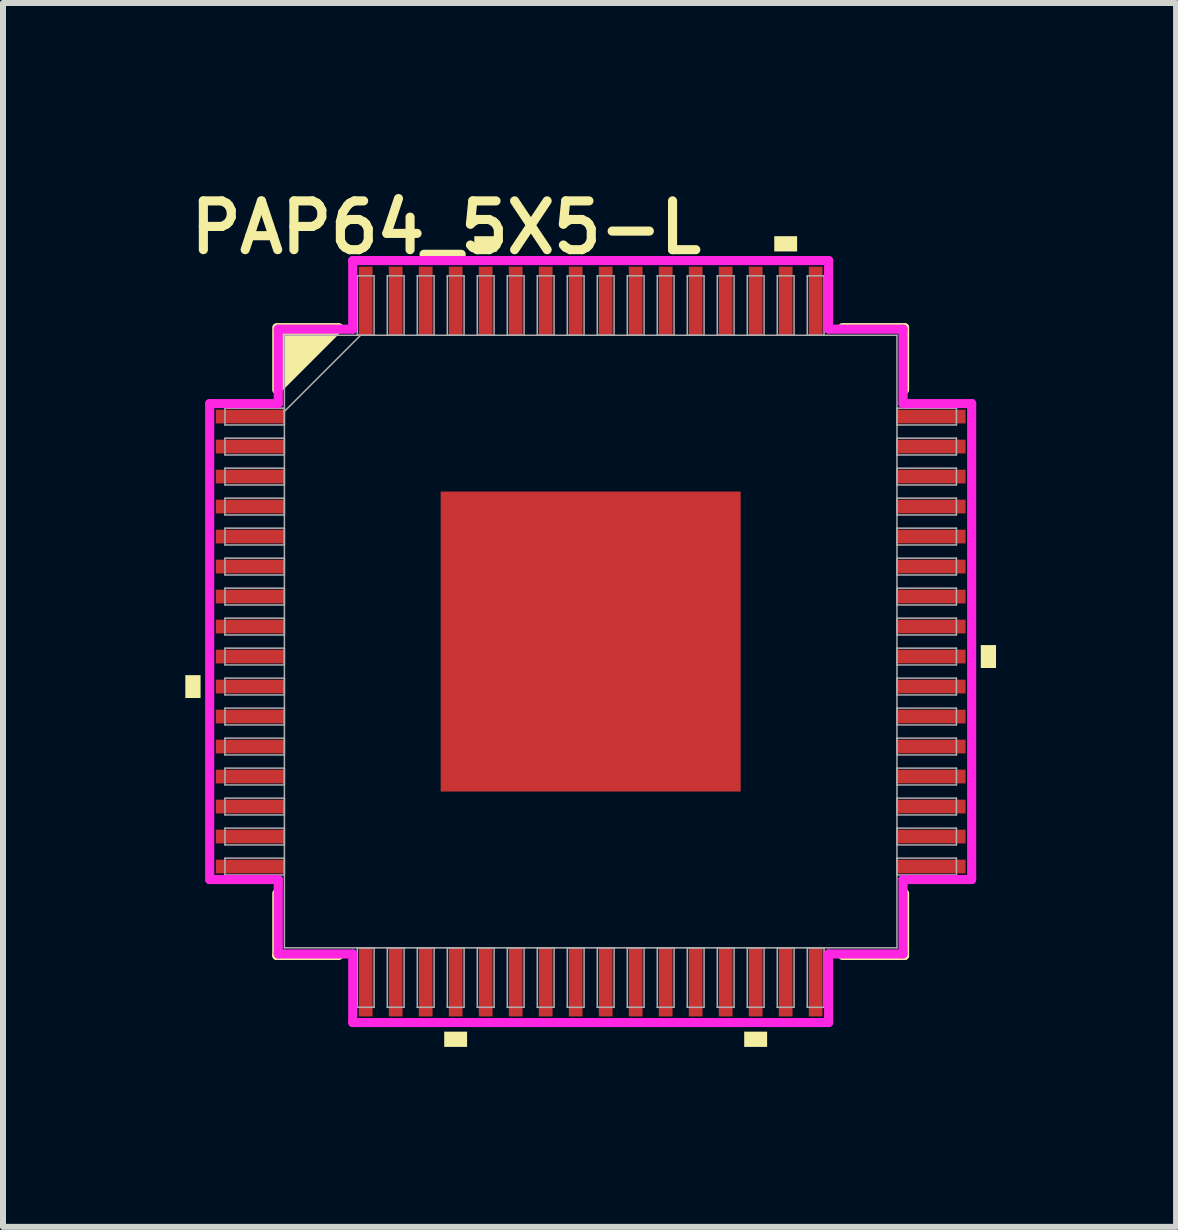
<source format=kicad_pcb>
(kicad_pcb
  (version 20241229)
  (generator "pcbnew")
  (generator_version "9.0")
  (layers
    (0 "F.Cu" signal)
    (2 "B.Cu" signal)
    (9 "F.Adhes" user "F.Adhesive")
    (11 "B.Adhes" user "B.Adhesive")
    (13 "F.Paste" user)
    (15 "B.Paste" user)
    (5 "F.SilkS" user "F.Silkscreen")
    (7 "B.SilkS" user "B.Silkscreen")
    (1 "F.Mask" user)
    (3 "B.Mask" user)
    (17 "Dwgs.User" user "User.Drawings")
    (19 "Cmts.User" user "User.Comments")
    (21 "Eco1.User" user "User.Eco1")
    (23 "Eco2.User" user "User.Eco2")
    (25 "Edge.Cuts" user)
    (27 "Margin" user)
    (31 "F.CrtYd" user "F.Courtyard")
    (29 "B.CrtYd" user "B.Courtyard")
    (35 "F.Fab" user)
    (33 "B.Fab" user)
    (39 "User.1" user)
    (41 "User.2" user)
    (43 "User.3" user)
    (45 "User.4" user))
  (footprint "PAP64_5X5-L"
    (layer "F.Cu")
    (at 6.795 7.643)
    (property "Reference" "PAP64_5X5-L" (at -2.41 -6.9 0) (unlocked yes) (layer "F.SilkS") (effects (font (size 0.813 0.813) (thickness 0.152) (bold yes))))
    (attr smd)
    (fp_line (start -5.232 4.197) (end -5.232 5.232) (stroke (width 0.152) (type solid)) (layer "F.SilkS"))
    (fp_line (start -5.232 5.232) (end -4.197 5.232) (stroke (width 0.152) (type solid)) (layer "F.SilkS"))
    (fp_line (start 4.197 5.232) (end 5.232 5.232) (stroke (width 0.152) (type solid)) (layer "F.SilkS"))
    (fp_line (start 5.232 -5.232) (end 4.197 -5.232) (stroke (width 0.152) (type solid)) (layer "F.SilkS"))
    (fp_line (start 5.232 -4.197) (end 5.232 -5.232) (stroke (width 0.152) (type solid)) (layer "F.SilkS"))
    (fp_line (start 5.232 5.232) (end 5.232 4.197) (stroke (width 0.152) (type solid)) (layer "F.SilkS"))
    (fp_poly (pts (xy -4.197 -5.232) (xy -5.232 -4.197) (xy -5.232 -5.232)) (stroke (width 0.152) (type solid)) (fill yes) (layer "F.SilkS"))
    (fp_poly (pts (xy -6.756 0.56) (xy -6.756 0.941) (xy -6.502 0.941) (xy -6.502 0.56)) (stroke (width 0) (type solid)) (fill yes) (layer "F.SilkS"))
    (fp_poly (pts (xy -2.441 6.502) (xy -2.441 6.756) (xy -2.06 6.756) (xy -2.06 6.502)) (stroke (width 0) (type solid)) (fill yes) (layer "F.SilkS"))
    (fp_poly (pts (xy -1.94 -6.502) (xy -1.94 -6.756) (xy -1.559 -6.756) (xy -1.559 -6.502)) (stroke (width 0) (type solid)) (fill yes) (layer "F.SilkS"))
    (fp_poly (pts (xy 2.559 6.502) (xy 2.559 6.756) (xy 2.941 6.756) (xy 2.941 6.502)) (stroke (width 0) (type solid)) (fill yes) (layer "F.SilkS"))
    (fp_poly (pts (xy 3.06 -6.502) (xy 3.06 -6.756) (xy 3.441 -6.756) (xy 3.441 -6.502)) (stroke (width 0) (type solid)) (fill yes) (layer "F.SilkS"))
    (fp_poly (pts (xy 6.756 0.059) (xy 6.756 0.441) (xy 6.502 0.441) (xy 6.502 0.059)) (stroke (width 0) (type solid)) (fill yes) (layer "F.SilkS"))
    (fp_line (start -6.35 -3.966) (end -5.207 -3.966) (stroke (width 0.152) (type solid)) (layer "F.CrtYd"))
    (fp_line (start -6.35 3.966) (end -6.35 -3.966) (stroke (width 0.152) (type solid)) (layer "F.CrtYd"))
    (fp_line (start -5.207 -5.207) (end -3.966 -5.207) (stroke (width 0.152) (type solid)) (layer "F.CrtYd"))
    (fp_line (start -5.207 -3.966) (end -5.207 -5.207) (stroke (width 0.152) (type solid)) (layer "F.CrtYd"))
    (fp_line (start -5.207 3.966) (end -6.35 3.966) (stroke (width 0.152) (type solid)) (layer "F.CrtYd"))
    (fp_line (start -5.207 5.207) (end -5.207 3.966) (stroke (width 0.152) (type solid)) (layer "F.CrtYd"))
    (fp_line (start -5.207 5.207) (end -3.966 5.207) (stroke (width 0.152) (type solid)) (layer "F.CrtYd"))
    (fp_line (start -3.966 -6.35) (end 3.966 -6.35) (stroke (width 0.152) (type solid)) (layer "F.CrtYd"))
    (fp_line (start -3.966 -5.207) (end -3.966 -6.35) (stroke (width 0.152) (type solid)) (layer "F.CrtYd"))
    (fp_line (start -3.966 5.207) (end -3.966 6.35) (stroke (width 0.152) (type solid)) (layer "F.CrtYd"))
    (fp_line (start -3.966 6.35) (end 3.966 6.35) (stroke (width 0.152) (type solid)) (layer "F.CrtYd"))
    (fp_line (start 3.966 -6.35) (end 3.966 -5.207) (stroke (width 0.152) (type solid)) (layer "F.CrtYd"))
    (fp_line (start 3.966 -5.207) (end 5.207 -5.207) (stroke (width 0.152) (type solid)) (layer "F.CrtYd"))
    (fp_line (start 3.966 5.207) (end 5.207 5.207) (stroke (width 0.152) (type solid)) (layer "F.CrtYd"))
    (fp_line (start 3.966 6.35) (end 3.966 5.207) (stroke (width 0.152) (type solid)) (layer "F.CrtYd"))
    (fp_line (start 5.207 -3.966) (end 5.207 -5.207) (stroke (width 0.152) (type solid)) (layer "F.CrtYd"))
    (fp_line (start 5.207 3.966) (end 6.35 3.966) (stroke (width 0.152) (type solid)) (layer "F.CrtYd"))
    (fp_line (start 5.207 5.207) (end 5.207 3.966) (stroke (width 0.152) (type solid)) (layer "F.CrtYd"))
    (fp_line (start 6.35 -3.966) (end 5.207 -3.966) (stroke (width 0.152) (type solid)) (layer "F.CrtYd"))
    (fp_line (start 6.35 3.966) (end 6.35 -3.966) (stroke (width 0.152) (type solid)) (layer "F.CrtYd"))
    (fp_line (start -6.096 -3.89) (end -6.096 -3.61) (stroke (width 0.025) (type solid)) (layer "F.Fab"))
    (fp_line (start -6.096 -3.61) (end -5.105 -3.61) (stroke (width 0.025) (type solid)) (layer "F.Fab"))
    (fp_line (start -6.096 -3.39) (end -6.096 -3.11) (stroke (width 0.025) (type solid)) (layer "F.Fab"))
    (fp_line (start -6.096 -3.11) (end -5.105 -3.11) (stroke (width 0.025) (type solid)) (layer "F.Fab"))
    (fp_line (start -6.096 -2.89) (end -6.096 -2.61) (stroke (width 0.025) (type solid)) (layer "F.Fab"))
    (fp_line (start -6.096 -2.61) (end -5.105 -2.61) (stroke (width 0.025) (type solid)) (layer "F.Fab"))
    (fp_line (start -6.096 -2.39) (end -6.096 -2.11) (stroke (width 0.025) (type solid)) (layer "F.Fab"))
    (fp_line (start -6.096 -2.11) (end -5.105 -2.11) (stroke (width 0.025) (type solid)) (layer "F.Fab"))
    (fp_line (start -6.096 -1.89) (end -6.096 -1.61) (stroke (width 0.025) (type solid)) (layer "F.Fab"))
    (fp_line (start -6.096 -1.61) (end -5.105 -1.61) (stroke (width 0.025) (type solid)) (layer "F.Fab"))
    (fp_line (start -6.096 -1.39) (end -6.096 -1.11) (stroke (width 0.025) (type solid)) (layer "F.Fab"))
    (fp_line (start -6.096 -1.11) (end -5.105 -1.11) (stroke (width 0.025) (type solid)) (layer "F.Fab"))
    (fp_line (start -6.096 -0.89) (end -6.096 -0.61) (stroke (width 0.025) (type solid)) (layer "F.Fab"))
    (fp_line (start -6.096 -0.61) (end -5.105 -0.61) (stroke (width 0.025) (type solid)) (layer "F.Fab"))
    (fp_line (start -6.096 -0.39) (end -6.096 -0.11) (stroke (width 0.025) (type solid)) (layer "F.Fab"))
    (fp_line (start -6.096 -0.11) (end -5.105 -0.11) (stroke (width 0.025) (type solid)) (layer "F.Fab"))
    (fp_line (start -6.096 0.11) (end -6.096 0.39) (stroke (width 0.025) (type solid)) (layer "F.Fab"))
    (fp_line (start -6.096 0.39) (end -5.105 0.39) (stroke (width 0.025) (type solid)) (layer "F.Fab"))
    (fp_line (start -6.096 0.61) (end -6.096 0.89) (stroke (width 0.025) (type solid)) (layer "F.Fab"))
    (fp_line (start -6.096 0.89) (end -5.105 0.89) (stroke (width 0.025) (type solid)) (layer "F.Fab"))
    (fp_line (start -6.096 1.11) (end -6.096 1.39) (stroke (width 0.025) (type solid)) (layer "F.Fab"))
    (fp_line (start -6.096 1.39) (end -5.105 1.39) (stroke (width 0.025) (type solid)) (layer "F.Fab"))
    (fp_line (start -6.096 1.61) (end -6.096 1.89) (stroke (width 0.025) (type solid)) (layer "F.Fab"))
    (fp_line (start -6.096 1.89) (end -5.105 1.89) (stroke (width 0.025) (type solid)) (layer "F.Fab"))
    (fp_line (start -6.096 2.11) (end -6.096 2.39) (stroke (width 0.025) (type solid)) (layer "F.Fab"))
    (fp_line (start -6.096 2.39) (end -5.105 2.39) (stroke (width 0.025) (type solid)) (layer "F.Fab"))
    (fp_line (start -6.096 2.61) (end -6.096 2.89) (stroke (width 0.025) (type solid)) (layer "F.Fab"))
    (fp_line (start -6.096 2.89) (end -5.105 2.89) (stroke (width 0.025) (type solid)) (layer "F.Fab"))
    (fp_line (start -6.096 3.11) (end -6.096 3.39) (stroke (width 0.025) (type solid)) (layer "F.Fab"))
    (fp_line (start -6.096 3.39) (end -5.105 3.39) (stroke (width 0.025) (type solid)) (layer "F.Fab"))
    (fp_line (start -6.096 3.61) (end -6.096 3.89) (stroke (width 0.025) (type solid)) (layer "F.Fab"))
    (fp_line (start -6.096 3.89) (end -5.105 3.89) (stroke (width 0.025) (type solid)) (layer "F.Fab"))
    (fp_line (start -5.105 -5.105) (end -5.105 5.105) (stroke (width 0.025) (type solid)) (layer "F.Fab"))
    (fp_line (start -5.105 -3.89) (end -6.096 -3.89) (stroke (width 0.025) (type solid)) (layer "F.Fab"))
    (fp_line (start -5.105 -3.835) (end -3.835 -5.105) (stroke (width 0.025) (type solid)) (layer "F.Fab"))
    (fp_line (start -5.105 -3.61) (end -5.105 -3.89) (stroke (width 0.025) (type solid)) (layer "F.Fab"))
    (fp_line (start -5.105 -3.39) (end -6.096 -3.39) (stroke (width 0.025) (type solid)) (layer "F.Fab"))
    (fp_line (start -5.105 -3.11) (end -5.105 -3.39) (stroke (width 0.025) (type solid)) (layer "F.Fab"))
    (fp_line (start -5.105 -2.89) (end -6.096 -2.89) (stroke (width 0.025) (type solid)) (layer "F.Fab"))
    (fp_line (start -5.105 -2.61) (end -5.105 -2.89) (stroke (width 0.025) (type solid)) (layer "F.Fab"))
    (fp_line (start -5.105 -2.39) (end -6.096 -2.39) (stroke (width 0.025) (type solid)) (layer "F.Fab"))
    (fp_line (start -5.105 -2.11) (end -5.105 -2.39) (stroke (width 0.025) (type solid)) (layer "F.Fab"))
    (fp_line (start -5.105 -1.89) (end -6.096 -1.89) (stroke (width 0.025) (type solid)) (layer "F.Fab"))
    (fp_line (start -5.105 -1.61) (end -5.105 -1.89) (stroke (width 0.025) (type solid)) (layer "F.Fab"))
    (fp_line (start -5.105 -1.39) (end -6.096 -1.39) (stroke (width 0.025) (type solid)) (layer "F.Fab"))
    (fp_line (start -5.105 -1.11) (end -5.105 -1.39) (stroke (width 0.025) (type solid)) (layer "F.Fab"))
    (fp_line (start -5.105 -0.89) (end -6.096 -0.89) (stroke (width 0.025) (type solid)) (layer "F.Fab"))
    (fp_line (start -5.105 -0.61) (end -5.105 -0.89) (stroke (width 0.025) (type solid)) (layer "F.Fab"))
    (fp_line (start -5.105 -0.39) (end -6.096 -0.39) (stroke (width 0.025) (type solid)) (layer "F.Fab"))
    (fp_line (start -5.105 -0.11) (end -5.105 -0.39) (stroke (width 0.025) (type solid)) (layer "F.Fab"))
    (fp_line (start -5.105 0.11) (end -6.096 0.11) (stroke (width 0.025) (type solid)) (layer "F.Fab"))
    (fp_line (start -5.105 0.39) (end -5.105 0.11) (stroke (width 0.025) (type solid)) (layer "F.Fab"))
    (fp_line (start -5.105 0.61) (end -6.096 0.61) (stroke (width 0.025) (type solid)) (layer "F.Fab"))
    (fp_line (start -5.105 0.89) (end -5.105 0.61) (stroke (width 0.025) (type solid)) (layer "F.Fab"))
    (fp_line (start -5.105 1.11) (end -6.096 1.11) (stroke (width 0.025) (type solid)) (layer "F.Fab"))
    (fp_line (start -5.105 1.39) (end -5.105 1.11) (stroke (width 0.025) (type solid)) (layer "F.Fab"))
    (fp_line (start -5.105 1.61) (end -6.096 1.61) (stroke (width 0.025) (type solid)) (layer "F.Fab"))
    (fp_line (start -5.105 1.89) (end -5.105 1.61) (stroke (width 0.025) (type solid)) (layer "F.Fab"))
    (fp_line (start -5.105 2.11) (end -6.096 2.11) (stroke (width 0.025) (type solid)) (layer "F.Fab"))
    (fp_line (start -5.105 2.39) (end -5.105 2.11) (stroke (width 0.025) (type solid)) (layer "F.Fab"))
    (fp_line (start -5.105 2.61) (end -6.096 2.61) (stroke (width 0.025) (type solid)) (layer "F.Fab"))
    (fp_line (start -5.105 2.89) (end -5.105 2.61) (stroke (width 0.025) (type solid)) (layer "F.Fab"))
    (fp_line (start -5.105 3.11) (end -6.096 3.11) (stroke (width 0.025) (type solid)) (layer "F.Fab"))
    (fp_line (start -5.105 3.39) (end -5.105 3.11) (stroke (width 0.025) (type solid)) (layer "F.Fab"))
    (fp_line (start -5.105 3.61) (end -6.096 3.61) (stroke (width 0.025) (type solid)) (layer "F.Fab"))
    (fp_line (start -5.105 3.89) (end -5.105 3.61) (stroke (width 0.025) (type solid)) (layer "F.Fab"))
    (fp_line (start -5.105 5.105) (end 5.105 5.105) (stroke (width 0.025) (type solid)) (layer "F.Fab"))
    (fp_line (start -3.89 -6.096) (end -3.89 -5.105) (stroke (width 0.025) (type solid)) (layer "F.Fab"))
    (fp_line (start -3.89 -5.105) (end -3.61 -5.105) (stroke (width 0.025) (type solid)) (layer "F.Fab"))
    (fp_line (start -3.89 5.105) (end -3.89 6.096) (stroke (width 0.025) (type solid)) (layer "F.Fab"))
    (fp_line (start -3.89 6.096) (end -3.61 6.096) (stroke (width 0.025) (type solid)) (layer "F.Fab"))
    (fp_line (start -3.61 -6.096) (end -3.89 -6.096) (stroke (width 0.025) (type solid)) (layer "F.Fab"))
    (fp_line (start -3.61 -5.105) (end -3.61 -6.096) (stroke (width 0.025) (type solid)) (layer "F.Fab"))
    (fp_line (start -3.61 5.105) (end -3.89 5.105) (stroke (width 0.025) (type solid)) (layer "F.Fab"))
    (fp_line (start -3.61 6.096) (end -3.61 5.105) (stroke (width 0.025) (type solid)) (layer "F.Fab"))
    (fp_line (start -3.39 -6.096) (end -3.39 -5.105) (stroke (width 0.025) (type solid)) (layer "F.Fab"))
    (fp_line (start -3.39 -5.105) (end -3.11 -5.105) (stroke (width 0.025) (type solid)) (layer "F.Fab"))
    (fp_line (start -3.39 5.105) (end -3.39 6.096) (stroke (width 0.025) (type solid)) (layer "F.Fab"))
    (fp_line (start -3.39 6.096) (end -3.11 6.096) (stroke (width 0.025) (type solid)) (layer "F.Fab"))
    (fp_line (start -3.11 -6.096) (end -3.39 -6.096) (stroke (width 0.025) (type solid)) (layer "F.Fab"))
    (fp_line (start -3.11 -5.105) (end -3.11 -6.096) (stroke (width 0.025) (type solid)) (layer "F.Fab"))
    (fp_line (start -3.11 5.105) (end -3.39 5.105) (stroke (width 0.025) (type solid)) (layer "F.Fab"))
    (fp_line (start -3.11 6.096) (end -3.11 5.105) (stroke (width 0.025) (type solid)) (layer "F.Fab"))
    (fp_line (start -2.89 -6.096) (end -2.89 -5.105) (stroke (width 0.025) (type solid)) (layer "F.Fab"))
    (fp_line (start -2.89 -5.105) (end -2.61 -5.105) (stroke (width 0.025) (type solid)) (layer "F.Fab"))
    (fp_line (start -2.89 5.105) (end -2.89 6.096) (stroke (width 0.025) (type solid)) (layer "F.Fab"))
    (fp_line (start -2.89 6.096) (end -2.61 6.096) (stroke (width 0.025) (type solid)) (layer "F.Fab"))
    (fp_line (start -2.61 -6.096) (end -2.89 -6.096) (stroke (width 0.025) (type solid)) (layer "F.Fab"))
    (fp_line (start -2.61 -5.105) (end -2.61 -6.096) (stroke (width 0.025) (type solid)) (layer "F.Fab"))
    (fp_line (start -2.61 5.105) (end -2.89 5.105) (stroke (width 0.025) (type solid)) (layer "F.Fab"))
    (fp_line (start -2.61 6.096) (end -2.61 5.105) (stroke (width 0.025) (type solid)) (layer "F.Fab"))
    (fp_line (start -2.39 -6.096) (end -2.39 -5.105) (stroke (width 0.025) (type solid)) (layer "F.Fab"))
    (fp_line (start -2.39 -5.105) (end -2.11 -5.105) (stroke (width 0.025) (type solid)) (layer "F.Fab"))
    (fp_line (start -2.39 5.105) (end -2.39 6.096) (stroke (width 0.025) (type solid)) (layer "F.Fab"))
    (fp_line (start -2.39 6.096) (end -2.11 6.096) (stroke (width 0.025) (type solid)) (layer "F.Fab"))
    (fp_line (start -2.11 -6.096) (end -2.39 -6.096) (stroke (width 0.025) (type solid)) (layer "F.Fab"))
    (fp_line (start -2.11 -5.105) (end -2.11 -6.096) (stroke (width 0.025) (type solid)) (layer "F.Fab"))
    (fp_line (start -2.11 5.105) (end -2.39 5.105) (stroke (width 0.025) (type solid)) (layer "F.Fab"))
    (fp_line (start -2.11 6.096) (end -2.11 5.105) (stroke (width 0.025) (type solid)) (layer "F.Fab"))
    (fp_line (start -1.89 -6.096) (end -1.89 -5.105) (stroke (width 0.025) (type solid)) (layer "F.Fab"))
    (fp_line (start -1.89 -5.105) (end -1.61 -5.105) (stroke (width 0.025) (type solid)) (layer "F.Fab"))
    (fp_line (start -1.89 5.105) (end -1.89 6.096) (stroke (width 0.025) (type solid)) (layer "F.Fab"))
    (fp_line (start -1.89 6.096) (end -1.61 6.096) (stroke (width 0.025) (type solid)) (layer "F.Fab"))
    (fp_line (start -1.61 -6.096) (end -1.89 -6.096) (stroke (width 0.025) (type solid)) (layer "F.Fab"))
    (fp_line (start -1.61 -5.105) (end -1.61 -6.096) (stroke (width 0.025) (type solid)) (layer "F.Fab"))
    (fp_line (start -1.61 5.105) (end -1.89 5.105) (stroke (width 0.025) (type solid)) (layer "F.Fab"))
    (fp_line (start -1.61 6.096) (end -1.61 5.105) (stroke (width 0.025) (type solid)) (layer "F.Fab"))
    (fp_line (start -1.39 -6.096) (end -1.39 -5.105) (stroke (width 0.025) (type solid)) (layer "F.Fab"))
    (fp_line (start -1.39 -5.105) (end -1.11 -5.105) (stroke (width 0.025) (type solid)) (layer "F.Fab"))
    (fp_line (start -1.39 5.105) (end -1.39 6.096) (stroke (width 0.025) (type solid)) (layer "F.Fab"))
    (fp_line (start -1.39 6.096) (end -1.11 6.096) (stroke (width 0.025) (type solid)) (layer "F.Fab"))
    (fp_line (start -1.11 -6.096) (end -1.39 -6.096) (stroke (width 0.025) (type solid)) (layer "F.Fab"))
    (fp_line (start -1.11 -5.105) (end -1.11 -6.096) (stroke (width 0.025) (type solid)) (layer "F.Fab"))
    (fp_line (start -1.11 5.105) (end -1.39 5.105) (stroke (width 0.025) (type solid)) (layer "F.Fab"))
    (fp_line (start -1.11 6.096) (end -1.11 5.105) (stroke (width 0.025) (type solid)) (layer "F.Fab"))
    (fp_line (start -0.89 -6.096) (end -0.89 -5.105) (stroke (width 0.025) (type solid)) (layer "F.Fab"))
    (fp_line (start -0.89 -5.105) (end -0.61 -5.105) (stroke (width 0.025) (type solid)) (layer "F.Fab"))
    (fp_line (start -0.89 5.105) (end -0.89 6.096) (stroke (width 0.025) (type solid)) (layer "F.Fab"))
    (fp_line (start -0.89 6.096) (end -0.61 6.096) (stroke (width 0.025) (type solid)) (layer "F.Fab"))
    (fp_line (start -0.61 -6.096) (end -0.89 -6.096) (stroke (width 0.025) (type solid)) (layer "F.Fab"))
    (fp_line (start -0.61 -5.105) (end -0.61 -6.096) (stroke (width 0.025) (type solid)) (layer "F.Fab"))
    (fp_line (start -0.61 5.105) (end -0.89 5.105) (stroke (width 0.025) (type solid)) (layer "F.Fab"))
    (fp_line (start -0.61 6.096) (end -0.61 5.105) (stroke (width 0.025) (type solid)) (layer "F.Fab"))
    (fp_line (start -0.39 -6.096) (end -0.39 -5.105) (stroke (width 0.025) (type solid)) (layer "F.Fab"))
    (fp_line (start -0.39 -5.105) (end -0.11 -5.105) (stroke (width 0.025) (type solid)) (layer "F.Fab"))
    (fp_line (start -0.39 5.105) (end -0.39 6.096) (stroke (width 0.025) (type solid)) (layer "F.Fab"))
    (fp_line (start -0.39 6.096) (end -0.11 6.096) (stroke (width 0.025) (type solid)) (layer "F.Fab"))
    (fp_line (start -0.11 -6.096) (end -0.39 -6.096) (stroke (width 0.025) (type solid)) (layer "F.Fab"))
    (fp_line (start -0.11 -5.105) (end -0.11 -6.096) (stroke (width 0.025) (type solid)) (layer "F.Fab"))
    (fp_line (start -0.11 5.105) (end -0.39 5.105) (stroke (width 0.025) (type solid)) (layer "F.Fab"))
    (fp_line (start -0.11 6.096) (end -0.11 5.105) (stroke (width 0.025) (type solid)) (layer "F.Fab"))
    (fp_line (start 0.11 -6.096) (end 0.11 -5.105) (stroke (width 0.025) (type solid)) (layer "F.Fab"))
    (fp_line (start 0.11 -5.105) (end 0.39 -5.105) (stroke (width 0.025) (type solid)) (layer "F.Fab"))
    (fp_line (start 0.11 5.105) (end 0.11 6.096) (stroke (width 0.025) (type solid)) (layer "F.Fab"))
    (fp_line (start 0.11 6.096) (end 0.39 6.096) (stroke (width 0.025) (type solid)) (layer "F.Fab"))
    (fp_line (start 0.39 -6.096) (end 0.11 -6.096) (stroke (width 0.025) (type solid)) (layer "F.Fab"))
    (fp_line (start 0.39 -5.105) (end 0.39 -6.096) (stroke (width 0.025) (type solid)) (layer "F.Fab"))
    (fp_line (start 0.39 5.105) (end 0.11 5.105) (stroke (width 0.025) (type solid)) (layer "F.Fab"))
    (fp_line (start 0.39 6.096) (end 0.39 5.105) (stroke (width 0.025) (type solid)) (layer "F.Fab"))
    (fp_line (start 0.61 -6.096) (end 0.61 -5.105) (stroke (width 0.025) (type solid)) (layer "F.Fab"))
    (fp_line (start 0.61 -5.105) (end 0.89 -5.105) (stroke (width 0.025) (type solid)) (layer "F.Fab"))
    (fp_line (start 0.61 5.105) (end 0.61 6.096) (stroke (width 0.025) (type solid)) (layer "F.Fab"))
    (fp_line (start 0.61 6.096) (end 0.89 6.096) (stroke (width 0.025) (type solid)) (layer "F.Fab"))
    (fp_line (start 0.89 -6.096) (end 0.61 -6.096) (stroke (width 0.025) (type solid)) (layer "F.Fab"))
    (fp_line (start 0.89 -5.105) (end 0.89 -6.096) (stroke (width 0.025) (type solid)) (layer "F.Fab"))
    (fp_line (start 0.89 5.105) (end 0.61 5.105) (stroke (width 0.025) (type solid)) (layer "F.Fab"))
    (fp_line (start 0.89 6.096) (end 0.89 5.105) (stroke (width 0.025) (type solid)) (layer "F.Fab"))
    (fp_line (start 1.11 -6.096) (end 1.11 -5.105) (stroke (width 0.025) (type solid)) (layer "F.Fab"))
    (fp_line (start 1.11 -5.105) (end 1.39 -5.105) (stroke (width 0.025) (type solid)) (layer "F.Fab"))
    (fp_line (start 1.11 5.105) (end 1.11 6.096) (stroke (width 0.025) (type solid)) (layer "F.Fab"))
    (fp_line (start 1.11 6.096) (end 1.39 6.096) (stroke (width 0.025) (type solid)) (layer "F.Fab"))
    (fp_line (start 1.39 -6.096) (end 1.11 -6.096) (stroke (width 0.025) (type solid)) (layer "F.Fab"))
    (fp_line (start 1.39 -5.105) (end 1.39 -6.096) (stroke (width 0.025) (type solid)) (layer "F.Fab"))
    (fp_line (start 1.39 5.105) (end 1.11 5.105) (stroke (width 0.025) (type solid)) (layer "F.Fab"))
    (fp_line (start 1.39 6.096) (end 1.39 5.105) (stroke (width 0.025) (type solid)) (layer "F.Fab"))
    (fp_line (start 1.61 -6.096) (end 1.61 -5.105) (stroke (width 0.025) (type solid)) (layer "F.Fab"))
    (fp_line (start 1.61 -5.105) (end 1.89 -5.105) (stroke (width 0.025) (type solid)) (layer "F.Fab"))
    (fp_line (start 1.61 5.105) (end 1.61 6.096) (stroke (width 0.025) (type solid)) (layer "F.Fab"))
    (fp_line (start 1.61 6.096) (end 1.89 6.096) (stroke (width 0.025) (type solid)) (layer "F.Fab"))
    (fp_line (start 1.89 -6.096) (end 1.61 -6.096) (stroke (width 0.025) (type solid)) (layer "F.Fab"))
    (fp_line (start 1.89 -5.105) (end 1.89 -6.096) (stroke (width 0.025) (type solid)) (layer "F.Fab"))
    (fp_line (start 1.89 5.105) (end 1.61 5.105) (stroke (width 0.025) (type solid)) (layer "F.Fab"))
    (fp_line (start 1.89 6.096) (end 1.89 5.105) (stroke (width 0.025) (type solid)) (layer "F.Fab"))
    (fp_line (start 2.11 -6.096) (end 2.11 -5.105) (stroke (width 0.025) (type solid)) (layer "F.Fab"))
    (fp_line (start 2.11 -5.105) (end 2.39 -5.105) (stroke (width 0.025) (type solid)) (layer "F.Fab"))
    (fp_line (start 2.11 5.105) (end 2.11 6.096) (stroke (width 0.025) (type solid)) (layer "F.Fab"))
    (fp_line (start 2.11 6.096) (end 2.39 6.096) (stroke (width 0.025) (type solid)) (layer "F.Fab"))
    (fp_line (start 2.39 -6.096) (end 2.11 -6.096) (stroke (width 0.025) (type solid)) (layer "F.Fab"))
    (fp_line (start 2.39 -5.105) (end 2.39 -6.096) (stroke (width 0.025) (type solid)) (layer "F.Fab"))
    (fp_line (start 2.39 5.105) (end 2.11 5.105) (stroke (width 0.025) (type solid)) (layer "F.Fab"))
    (fp_line (start 2.39 6.096) (end 2.39 5.105) (stroke (width 0.025) (type solid)) (layer "F.Fab"))
    (fp_line (start 2.61 -6.096) (end 2.61 -5.105) (stroke (width 0.025) (type solid)) (layer "F.Fab"))
    (fp_line (start 2.61 -5.105) (end 2.89 -5.105) (stroke (width 0.025) (type solid)) (layer "F.Fab"))
    (fp_line (start 2.61 5.105) (end 2.61 6.096) (stroke (width 0.025) (type solid)) (layer "F.Fab"))
    (fp_line (start 2.61 6.096) (end 2.89 6.096) (stroke (width 0.025) (type solid)) (layer "F.Fab"))
    (fp_line (start 2.89 -6.096) (end 2.61 -6.096) (stroke (width 0.025) (type solid)) (layer "F.Fab"))
    (fp_line (start 2.89 -5.105) (end 2.89 -6.096) (stroke (width 0.025) (type solid)) (layer "F.Fab"))
    (fp_line (start 2.89 5.105) (end 2.61 5.105) (stroke (width 0.025) (type solid)) (layer "F.Fab"))
    (fp_line (start 2.89 6.096) (end 2.89 5.105) (stroke (width 0.025) (type solid)) (layer "F.Fab"))
    (fp_line (start 3.11 -6.096) (end 3.11 -5.105) (stroke (width 0.025) (type solid)) (layer "F.Fab"))
    (fp_line (start 3.11 -5.105) (end 3.39 -5.105) (stroke (width 0.025) (type solid)) (layer "F.Fab"))
    (fp_line (start 3.11 5.105) (end 3.11 6.096) (stroke (width 0.025) (type solid)) (layer "F.Fab"))
    (fp_line (start 3.11 6.096) (end 3.39 6.096) (stroke (width 0.025) (type solid)) (layer "F.Fab"))
    (fp_line (start 3.39 -6.096) (end 3.11 -6.096) (stroke (width 0.025) (type solid)) (layer "F.Fab"))
    (fp_line (start 3.39 -5.105) (end 3.39 -6.096) (stroke (width 0.025) (type solid)) (layer "F.Fab"))
    (fp_line (start 3.39 5.105) (end 3.11 5.105) (stroke (width 0.025) (type solid)) (layer "F.Fab"))
    (fp_line (start 3.39 6.096) (end 3.39 5.105) (stroke (width 0.025) (type solid)) (layer "F.Fab"))
    (fp_line (start 3.61 -6.096) (end 3.61 -5.105) (stroke (width 0.025) (type solid)) (layer "F.Fab"))
    (fp_line (start 3.61 -5.105) (end 3.89 -5.105) (stroke (width 0.025) (type solid)) (layer "F.Fab"))
    (fp_line (start 3.61 5.105) (end 3.61 6.096) (stroke (width 0.025) (type solid)) (layer "F.Fab"))
    (fp_line (start 3.61 6.096) (end 3.89 6.096) (stroke (width 0.025) (type solid)) (layer "F.Fab"))
    (fp_line (start 3.89 -6.096) (end 3.61 -6.096) (stroke (width 0.025) (type solid)) (layer "F.Fab"))
    (fp_line (start 3.89 -5.105) (end 3.89 -6.096) (stroke (width 0.025) (type solid)) (layer "F.Fab"))
    (fp_line (start 3.89 5.105) (end 3.61 5.105) (stroke (width 0.025) (type solid)) (layer "F.Fab"))
    (fp_line (start 3.89 6.096) (end 3.89 5.105) (stroke (width 0.025) (type solid)) (layer "F.Fab"))
    (fp_line (start 5.105 -5.105) (end -5.105 -5.105) (stroke (width 0.025) (type solid)) (layer "F.Fab"))
    (fp_line (start 5.105 -3.89) (end 5.105 -3.61) (stroke (width 0.025) (type solid)) (layer "F.Fab"))
    (fp_line (start 5.105 -3.61) (end 6.096 -3.61) (stroke (width 0.025) (type solid)) (layer "F.Fab"))
    (fp_line (start 5.105 -3.39) (end 5.105 -3.11) (stroke (width 0.025) (type solid)) (layer "F.Fab"))
    (fp_line (start 5.105 -3.11) (end 6.096 -3.11) (stroke (width 0.025) (type solid)) (layer "F.Fab"))
    (fp_line (start 5.105 -2.89) (end 5.105 -2.61) (stroke (width 0.025) (type solid)) (layer "F.Fab"))
    (fp_line (start 5.105 -2.61) (end 6.096 -2.61) (stroke (width 0.025) (type solid)) (layer "F.Fab"))
    (fp_line (start 5.105 -2.39) (end 5.105 -2.11) (stroke (width 0.025) (type solid)) (layer "F.Fab"))
    (fp_line (start 5.105 -2.11) (end 6.096 -2.11) (stroke (width 0.025) (type solid)) (layer "F.Fab"))
    (fp_line (start 5.105 -1.89) (end 5.105 -1.61) (stroke (width 0.025) (type solid)) (layer "F.Fab"))
    (fp_line (start 5.105 -1.61) (end 6.096 -1.61) (stroke (width 0.025) (type solid)) (layer "F.Fab"))
    (fp_line (start 5.105 -1.39) (end 5.105 -1.11) (stroke (width 0.025) (type solid)) (layer "F.Fab"))
    (fp_line (start 5.105 -1.11) (end 6.096 -1.11) (stroke (width 0.025) (type solid)) (layer "F.Fab"))
    (fp_line (start 5.105 -0.89) (end 5.105 -0.61) (stroke (width 0.025) (type solid)) (layer "F.Fab"))
    (fp_line (start 5.105 -0.61) (end 6.096 -0.61) (stroke (width 0.025) (type solid)) (layer "F.Fab"))
    (fp_line (start 5.105 -0.39) (end 5.105 -0.11) (stroke (width 0.025) (type solid)) (layer "F.Fab"))
    (fp_line (start 5.105 -0.11) (end 6.096 -0.11) (stroke (width 0.025) (type solid)) (layer "F.Fab"))
    (fp_line (start 5.105 0.11) (end 5.105 0.39) (stroke (width 0.025) (type solid)) (layer "F.Fab"))
    (fp_line (start 5.105 0.39) (end 6.096 0.39) (stroke (width 0.025) (type solid)) (layer "F.Fab"))
    (fp_line (start 5.105 0.61) (end 5.105 0.89) (stroke (width 0.025) (type solid)) (layer "F.Fab"))
    (fp_line (start 5.105 0.89) (end 6.096 0.89) (stroke (width 0.025) (type solid)) (layer "F.Fab"))
    (fp_line (start 5.105 1.11) (end 5.105 1.39) (stroke (width 0.025) (type solid)) (layer "F.Fab"))
    (fp_line (start 5.105 1.39) (end 6.096 1.39) (stroke (width 0.025) (type solid)) (layer "F.Fab"))
    (fp_line (start 5.105 1.61) (end 5.105 1.89) (stroke (width 0.025) (type solid)) (layer "F.Fab"))
    (fp_line (start 5.105 1.89) (end 6.096 1.89) (stroke (width 0.025) (type solid)) (layer "F.Fab"))
    (fp_line (start 5.105 2.11) (end 5.105 2.39) (stroke (width 0.025) (type solid)) (layer "F.Fab"))
    (fp_line (start 5.105 2.39) (end 6.096 2.39) (stroke (width 0.025) (type solid)) (layer "F.Fab"))
    (fp_line (start 5.105 2.61) (end 5.105 2.89) (stroke (width 0.025) (type solid)) (layer "F.Fab"))
    (fp_line (start 5.105 2.89) (end 6.096 2.89) (stroke (width 0.025) (type solid)) (layer "F.Fab"))
    (fp_line (start 5.105 3.11) (end 5.105 3.39) (stroke (width 0.025) (type solid)) (layer "F.Fab"))
    (fp_line (start 5.105 3.39) (end 6.096 3.39) (stroke (width 0.025) (type solid)) (layer "F.Fab"))
    (fp_line (start 5.105 3.61) (end 5.105 3.89) (stroke (width 0.025) (type solid)) (layer "F.Fab"))
    (fp_line (start 5.105 3.89) (end 6.096 3.89) (stroke (width 0.025) (type solid)) (layer "F.Fab"))
    (fp_line (start 5.105 5.105) (end 5.105 -5.105) (stroke (width 0.025) (type solid)) (layer "F.Fab"))
    (fp_line (start 6.096 -3.89) (end 5.105 -3.89) (stroke (width 0.025) (type solid)) (layer "F.Fab"))
    (fp_line (start 6.096 -3.61) (end 6.096 -3.89) (stroke (width 0.025) (type solid)) (layer "F.Fab"))
    (fp_line (start 6.096 -3.39) (end 5.105 -3.39) (stroke (width 0.025) (type solid)) (layer "F.Fab"))
    (fp_line (start 6.096 -3.11) (end 6.096 -3.39) (stroke (width 0.025) (type solid)) (layer "F.Fab"))
    (fp_line (start 6.096 -2.89) (end 5.105 -2.89) (stroke (width 0.025) (type solid)) (layer "F.Fab"))
    (fp_line (start 6.096 -2.61) (end 6.096 -2.89) (stroke (width 0.025) (type solid)) (layer "F.Fab"))
    (fp_line (start 6.096 -2.39) (end 5.105 -2.39) (stroke (width 0.025) (type solid)) (layer "F.Fab"))
    (fp_line (start 6.096 -2.11) (end 6.096 -2.39) (stroke (width 0.025) (type solid)) (layer "F.Fab"))
    (fp_line (start 6.096 -1.89) (end 5.105 -1.89) (stroke (width 0.025) (type solid)) (layer "F.Fab"))
    (fp_line (start 6.096 -1.61) (end 6.096 -1.89) (stroke (width 0.025) (type solid)) (layer "F.Fab"))
    (fp_line (start 6.096 -1.39) (end 5.105 -1.39) (stroke (width 0.025) (type solid)) (layer "F.Fab"))
    (fp_line (start 6.096 -1.11) (end 6.096 -1.39) (stroke (width 0.025) (type solid)) (layer "F.Fab"))
    (fp_line (start 6.096 -0.89) (end 5.105 -0.89) (stroke (width 0.025) (type solid)) (layer "F.Fab"))
    (fp_line (start 6.096 -0.61) (end 6.096 -0.89) (stroke (width 0.025) (type solid)) (layer "F.Fab"))
    (fp_line (start 6.096 -0.39) (end 5.105 -0.39) (stroke (width 0.025) (type solid)) (layer "F.Fab"))
    (fp_line (start 6.096 -0.11) (end 6.096 -0.39) (stroke (width 0.025) (type solid)) (layer "F.Fab"))
    (fp_line (start 6.096 0.11) (end 5.105 0.11) (stroke (width 0.025) (type solid)) (layer "F.Fab"))
    (fp_line (start 6.096 0.39) (end 6.096 0.11) (stroke (width 0.025) (type solid)) (layer "F.Fab"))
    (fp_line (start 6.096 0.61) (end 5.105 0.61) (stroke (width 0.025) (type solid)) (layer "F.Fab"))
    (fp_line (start 6.096 0.89) (end 6.096 0.61) (stroke (width 0.025) (type solid)) (layer "F.Fab"))
    (fp_line (start 6.096 1.11) (end 5.105 1.11) (stroke (width 0.025) (type solid)) (layer "F.Fab"))
    (fp_line (start 6.096 1.39) (end 6.096 1.11) (stroke (width 0.025) (type solid)) (layer "F.Fab"))
    (fp_line (start 6.096 1.61) (end 5.105 1.61) (stroke (width 0.025) (type solid)) (layer "F.Fab"))
    (fp_line (start 6.096 1.89) (end 6.096 1.61) (stroke (width 0.025) (type solid)) (layer "F.Fab"))
    (fp_line (start 6.096 2.11) (end 5.105 2.11) (stroke (width 0.025) (type solid)) (layer "F.Fab"))
    (fp_line (start 6.096 2.39) (end 6.096 2.11) (stroke (width 0.025) (type solid)) (layer "F.Fab"))
    (fp_line (start 6.096 2.61) (end 5.105 2.61) (stroke (width 0.025) (type solid)) (layer "F.Fab"))
    (fp_line (start 6.096 2.89) (end 6.096 2.61) (stroke (width 0.025) (type solid)) (layer "F.Fab"))
    (fp_line (start 6.096 3.11) (end 5.105 3.11) (stroke (width 0.025) (type solid)) (layer "F.Fab"))
    (fp_line (start 6.096 3.39) (end 6.096 3.11) (stroke (width 0.025) (type solid)) (layer "F.Fab"))
    (fp_line (start 6.096 3.61) (end 5.105 3.61) (stroke (width 0.025) (type solid)) (layer "F.Fab"))
    (fp_line (start 6.096 3.89) (end 6.096 3.61) (stroke (width 0.025) (type solid)) (layer "F.Fab"))
    (pad "1" smd rect (at -5.677 -3.75 90) (size 0.229 1.143) (layers "F.Cu" "F.Mask" "F.Paste"))
    (pad "2" smd rect (at -5.677 -3.25 90) (size 0.229 1.143) (layers "F.Cu" "F.Mask" "F.Paste"))
    (pad "3" smd rect (at -5.677 -2.75 90) (size 0.229 1.143) (layers "F.Cu" "F.Mask" "F.Paste"))
    (pad "4" smd rect (at -5.677 -2.25 90) (size 0.229 1.143) (layers "F.Cu" "F.Mask" "F.Paste"))
    (pad "5" smd rect (at -5.677 -1.75 90) (size 0.229 1.143) (layers "F.Cu" "F.Mask" "F.Paste"))
    (pad "6" smd rect (at -5.677 -1.25 90) (size 0.229 1.143) (layers "F.Cu" "F.Mask" "F.Paste"))
    (pad "7" smd rect (at -5.677 -0.75 90) (size 0.229 1.143) (layers "F.Cu" "F.Mask" "F.Paste"))
    (pad "8" smd rect (at -5.677 -0.25 90) (size 0.229 1.143) (layers "F.Cu" "F.Mask" "F.Paste"))
    (pad "9" smd rect (at -5.677 0.25 90) (size 0.229 1.143) (layers "F.Cu" "F.Mask" "F.Paste"))
    (pad "10" smd rect (at -5.677 0.75 90) (size 0.229 1.143) (layers "F.Cu" "F.Mask" "F.Paste"))
    (pad "11" smd rect (at -5.677 1.25 90) (size 0.229 1.143) (layers "F.Cu" "F.Mask" "F.Paste"))
    (pad "12" smd rect (at -5.677 1.75 90) (size 0.229 1.143) (layers "F.Cu" "F.Mask" "F.Paste"))
    (pad "13" smd rect (at -5.677 2.25 90) (size 0.229 1.143) (layers "F.Cu" "F.Mask" "F.Paste"))
    (pad "14" smd rect (at -5.677 2.75 90) (size 0.229 1.143) (layers "F.Cu" "F.Mask" "F.Paste"))
    (pad "15" smd rect (at -5.677 3.25 90) (size 0.229 1.143) (layers "F.Cu" "F.Mask" "F.Paste"))
    (pad "16" smd rect (at -5.677 3.75 90) (size 0.229 1.143) (layers "F.Cu" "F.Mask" "F.Paste"))
    (pad "17" smd rect (at -3.75 5.677) (size 0.229 1.143) (layers "F.Cu" "F.Mask" "F.Paste"))
    (pad "18" smd rect (at -3.25 5.677) (size 0.229 1.143) (layers "F.Cu" "F.Mask" "F.Paste"))
    (pad "19" smd rect (at -2.75 5.677) (size 0.229 1.143) (layers "F.Cu" "F.Mask" "F.Paste"))
    (pad "20" smd rect (at -2.25 5.677) (size 0.229 1.143) (layers "F.Cu" "F.Mask" "F.Paste"))
    (pad "21" smd rect (at -1.75 5.677) (size 0.229 1.143) (layers "F.Cu" "F.Mask" "F.Paste"))
    (pad "22" smd rect (at -1.25 5.677) (size 0.229 1.143) (layers "F.Cu" "F.Mask" "F.Paste"))
    (pad "23" smd rect (at -0.75 5.677) (size 0.229 1.143) (layers "F.Cu" "F.Mask" "F.Paste"))
    (pad "24" smd rect (at -0.25 5.677) (size 0.229 1.143) (layers "F.Cu" "F.Mask" "F.Paste"))
    (pad "25" smd rect (at 0.25 5.677) (size 0.229 1.143) (layers "F.Cu" "F.Mask" "F.Paste"))
    (pad "26" smd rect (at 0.75 5.677) (size 0.229 1.143) (layers "F.Cu" "F.Mask" "F.Paste"))
    (pad "27" smd rect (at 1.25 5.677) (size 0.229 1.143) (layers "F.Cu" "F.Mask" "F.Paste"))
    (pad "28" smd rect (at 1.75 5.677) (size 0.229 1.143) (layers "F.Cu" "F.Mask" "F.Paste"))
    (pad "29" smd rect (at 2.25 5.677) (size 0.229 1.143) (layers "F.Cu" "F.Mask" "F.Paste"))
    (pad "30" smd rect (at 2.75 5.677) (size 0.229 1.143) (layers "F.Cu" "F.Mask" "F.Paste"))
    (pad "31" smd rect (at 3.25 5.677) (size 0.229 1.143) (layers "F.Cu" "F.Mask" "F.Paste"))
    (pad "32" smd rect (at 3.75 5.677) (size 0.229 1.143) (layers "F.Cu" "F.Mask" "F.Paste"))
    (pad "33" smd rect (at 5.677 3.75 90) (size 0.229 1.143) (layers "F.Cu" "F.Mask" "F.Paste"))
    (pad "34" smd rect (at 5.677 3.25 90) (size 0.229 1.143) (layers "F.Cu" "F.Mask" "F.Paste"))
    (pad "35" smd rect (at 5.677 2.75 90) (size 0.229 1.143) (layers "F.Cu" "F.Mask" "F.Paste"))
    (pad "36" smd rect (at 5.677 2.25 90) (size 0.229 1.143) (layers "F.Cu" "F.Mask" "F.Paste"))
    (pad "37" smd rect (at 5.677 1.75 90) (size 0.229 1.143) (layers "F.Cu" "F.Mask" "F.Paste"))
    (pad "38" smd rect (at 5.677 1.25 90) (size 0.229 1.143) (layers "F.Cu" "F.Mask" "F.Paste"))
    (pad "39" smd rect (at 5.677 0.75 90) (size 0.229 1.143) (layers "F.Cu" "F.Mask" "F.Paste"))
    (pad "40" smd rect (at 5.677 0.25 90) (size 0.229 1.143) (layers "F.Cu" "F.Mask" "F.Paste"))
    (pad "41" smd rect (at 5.677 -0.25 90) (size 0.229 1.143) (layers "F.Cu" "F.Mask" "F.Paste"))
    (pad "42" smd rect (at 5.677 -0.75 90) (size 0.229 1.143) (layers "F.Cu" "F.Mask" "F.Paste"))
    (pad "43" smd rect (at 5.677 -1.25 90) (size 0.229 1.143) (layers "F.Cu" "F.Mask" "F.Paste"))
    (pad "44" smd rect (at 5.677 -1.75 90) (size 0.229 1.143) (layers "F.Cu" "F.Mask" "F.Paste"))
    (pad "45" smd rect (at 5.677 -2.25 90) (size 0.229 1.143) (layers "F.Cu" "F.Mask" "F.Paste"))
    (pad "46" smd rect (at 5.677 -2.75 90) (size 0.229 1.143) (layers "F.Cu" "F.Mask" "F.Paste"))
    (pad "47" smd rect (at 5.677 -3.25 90) (size 0.229 1.143) (layers "F.Cu" "F.Mask" "F.Paste"))
    (pad "48" smd rect (at 5.677 -3.75 90) (size 0.229 1.143) (layers "F.Cu" "F.Mask" "F.Paste"))
    (pad "49" smd rect (at 3.75 -5.677) (size 0.229 1.143) (layers "F.Cu" "F.Mask" "F.Paste"))
    (pad "50" smd rect (at 3.25 -5.677) (size 0.229 1.143) (layers "F.Cu" "F.Mask" "F.Paste"))
    (pad "51" smd rect (at 2.75 -5.677) (size 0.229 1.143) (layers "F.Cu" "F.Mask" "F.Paste"))
    (pad "52" smd rect (at 2.25 -5.677) (size 0.229 1.143) (layers "F.Cu" "F.Mask" "F.Paste"))
    (pad "53" smd rect (at 1.75 -5.677) (size 0.229 1.143) (layers "F.Cu" "F.Mask" "F.Paste"))
    (pad "54" smd rect (at 1.25 -5.677) (size 0.229 1.143) (layers "F.Cu" "F.Mask" "F.Paste"))
    (pad "55" smd rect (at 0.75 -5.677) (size 0.229 1.143) (layers "F.Cu" "F.Mask" "F.Paste"))
    (pad "56" smd rect (at 0.25 -5.677) (size 0.229 1.143) (layers "F.Cu" "F.Mask" "F.Paste"))
    (pad "57" smd rect (at -0.25 -5.677) (size 0.229 1.143) (layers "F.Cu" "F.Mask" "F.Paste"))
    (pad "58" smd rect (at -0.75 -5.677) (size 0.229 1.143) (layers "F.Cu" "F.Mask" "F.Paste"))
    (pad "59" smd rect (at -1.25 -5.677) (size 0.229 1.143) (layers "F.Cu" "F.Mask" "F.Paste"))
    (pad "60" smd rect (at -1.75 -5.677) (size 0.229 1.143) (layers "F.Cu" "F.Mask" "F.Paste"))
    (pad "61" smd rect (at -2.25 -5.677) (size 0.229 1.143) (layers "F.Cu" "F.Mask" "F.Paste"))
    (pad "62" smd rect (at -2.75 -5.677) (size 0.229 1.143) (layers "F.Cu" "F.Mask" "F.Paste"))
    (pad "63" smd rect (at -3.25 -5.677) (size 0.229 1.143) (layers "F.Cu" "F.Mask" "F.Paste"))
    (pad "64" smd rect (at -3.75 -5.677) (size 0.229 1.143) (layers "F.Cu" "F.Mask" "F.Paste"))
    (pad "65" smd rect (at 0 0) (size 5 5) (layers "F.Cu" "F.Mask" "F.Paste")))
  (gr_rect
    (start -3 -3)
    (end 16.552 17.399)
    (stroke (width 0.1) (type default))
    (fill no)
    (layer "Edge.Cuts")))
</source>
